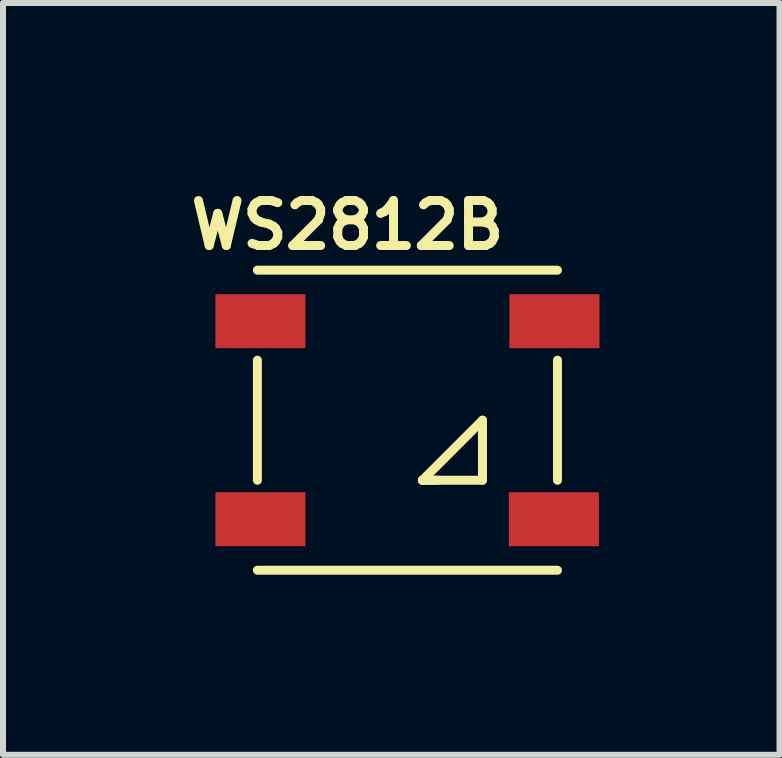
<source format=kicad_pcb>
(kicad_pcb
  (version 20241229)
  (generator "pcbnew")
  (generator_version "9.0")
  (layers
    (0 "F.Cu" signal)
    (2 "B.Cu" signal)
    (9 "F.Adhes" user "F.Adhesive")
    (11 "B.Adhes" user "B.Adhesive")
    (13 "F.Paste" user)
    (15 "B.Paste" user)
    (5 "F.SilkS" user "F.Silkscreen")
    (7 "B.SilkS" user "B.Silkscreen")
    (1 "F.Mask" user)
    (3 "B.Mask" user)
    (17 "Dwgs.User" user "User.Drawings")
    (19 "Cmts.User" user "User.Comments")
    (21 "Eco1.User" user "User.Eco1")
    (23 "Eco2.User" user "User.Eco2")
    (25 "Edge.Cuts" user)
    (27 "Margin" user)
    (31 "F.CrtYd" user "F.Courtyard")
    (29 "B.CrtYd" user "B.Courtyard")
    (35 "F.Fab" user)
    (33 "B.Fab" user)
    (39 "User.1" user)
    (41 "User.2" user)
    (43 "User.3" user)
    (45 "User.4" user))
  (footprint "WS2812B"
    (layer "F.Cu")
    (at 3.739 3.952)
    (property "Reference" "WS2812B" (at -1 -3.25 0) (layer "F.SilkS") (effects (font (size 0.75 0.75) (thickness 0.15))))
    (attr through_hole)
    (fp_line (start -2.5 -1) (end -2.5 1) (stroke (width 0.15) (type solid)) (layer "F.SilkS"))
    (fp_line (start -2.5 2.5) (end 2.5 2.5) (stroke (width 0.15) (type solid)) (layer "F.SilkS"))
    (fp_line (start 0.25 1) (end 0.5 1) (stroke (width 0.15) (type solid)) (layer "F.SilkS"))
    (fp_line (start 0.25 1) (end 1.25 0) (stroke (width 0.15) (type solid)) (layer "F.SilkS"))
    (fp_line (start 1.25 0) (end 1.25 1) (stroke (width 0.15) (type solid)) (layer "F.SilkS"))
    (fp_line (start 1.25 1) (end 0.25 1) (stroke (width 0.15) (type solid)) (layer "F.SilkS"))
    (fp_line (start 2.5 -2.5) (end -2.5 -2.5) (stroke (width 0.15) (type solid)) (layer "F.SilkS"))
    (fp_line (start 2.5 1) (end 2.5 -1) (stroke (width 0.15) (type solid)) (layer "F.SilkS"))
    (pad "1" smd rect (at -2.45 -1.65) (size 1.5 0.9) (layers "F.Cu" "F.Mask" "F.Paste"))
    (pad "2" smd rect (at -2.45 1.65) (size 1.5 0.9) (layers "F.Cu" "F.Mask" "F.Paste"))
    (pad "3" smd rect (at 2.44 1.65) (size 1.5 0.9) (layers "F.Cu" "F.Mask" "F.Paste"))
    (pad "4" smd rect (at 2.45 -1.65) (size 1.5 0.9) (layers "F.Cu" "F.Mask" "F.Paste")))
  (gr_rect
    (start -3 -3)
    (end 9.939 9.527)
    (stroke (width 0.1) (type default))
    (fill no)
    (layer "Edge.Cuts")))
</source>
